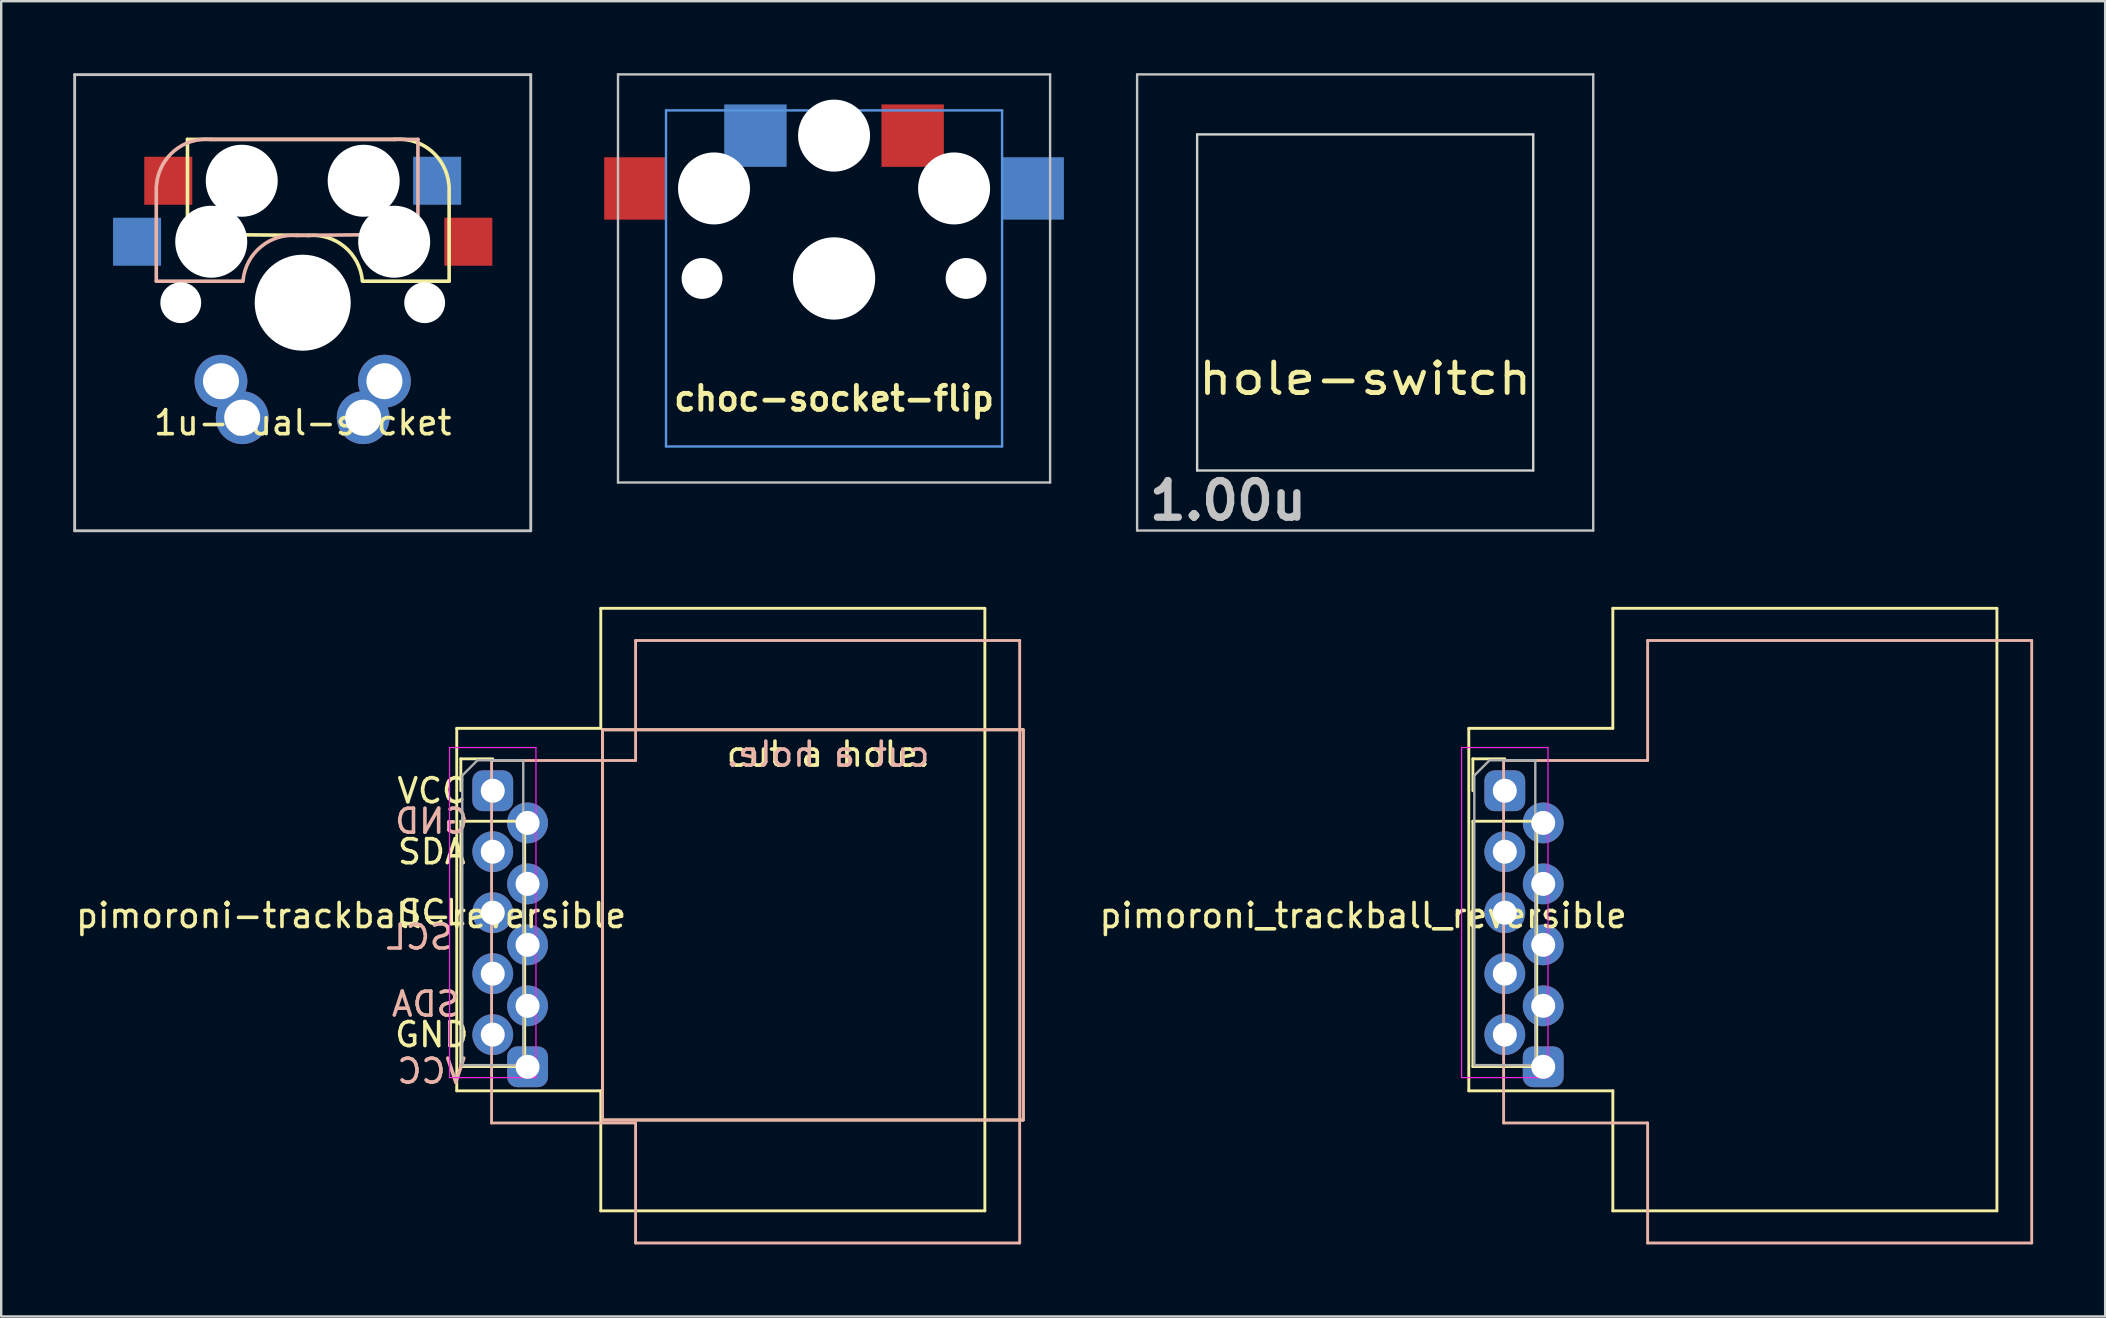
<source format=kicad_pcb>
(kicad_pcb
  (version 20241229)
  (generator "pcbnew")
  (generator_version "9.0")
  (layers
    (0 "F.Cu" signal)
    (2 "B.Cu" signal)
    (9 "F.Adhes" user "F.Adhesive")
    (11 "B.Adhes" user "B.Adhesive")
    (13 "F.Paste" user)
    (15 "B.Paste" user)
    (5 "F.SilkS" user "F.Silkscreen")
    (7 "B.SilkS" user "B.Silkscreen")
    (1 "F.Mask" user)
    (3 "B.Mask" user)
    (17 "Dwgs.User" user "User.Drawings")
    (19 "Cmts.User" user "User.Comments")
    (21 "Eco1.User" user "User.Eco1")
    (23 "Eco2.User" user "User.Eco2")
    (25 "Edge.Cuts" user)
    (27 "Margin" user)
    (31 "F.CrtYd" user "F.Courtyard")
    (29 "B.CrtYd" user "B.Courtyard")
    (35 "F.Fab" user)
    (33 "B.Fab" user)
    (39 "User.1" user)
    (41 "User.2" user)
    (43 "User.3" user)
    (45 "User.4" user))
  (footprint "1u-dual-socket"
    (layer "F.Cu")
    (at 9.56 9.56)
    (property "Reference" "1u-dual-socket" (at 0 5 0) (layer "F.SilkS") (effects (font (size 1 1) (thickness 0.15))))
    (attr through_hole)
    (fp_line (start -4.8 -6.804) (end 3.825 -6.804) (stroke (width 0.15) (type solid)) (layer "F.SilkS"))
    (fp_line (start -4.8 -2.896) (end -4.8 -6.804) (stroke (width 0.15) (type solid)) (layer "F.SilkS"))
    (fp_line (start -4.8 -2.85) (end 0.25 -2.804) (stroke (width 0.15) (type solid)) (layer "F.SilkS"))
    (fp_line (start 6.1 -4.85) (end 6.1 -0.905) (stroke (width 0.15) (type solid)) (layer "F.SilkS"))
    (fp_line (start 6.1 -0.896) (end 2.49 -0.896) (stroke (width 0.15) (type solid)) (layer "F.SilkS"))
    (fp_arc (start 0.225 -2.8) (mid 1.744361 -2.328061) (end 2.485 -0.92) (stroke (width 0.15) (type solid)) (layer "F.SilkS"))
    (fp_arc (start 3.825 -6.804) (mid 5.347189 -6.33089) (end 6.089 -4.92) (stroke (width 0.15) (type solid)) (layer "F.SilkS"))
    (fp_line (start -6.1 -4.85) (end -6.1 -0.905) (stroke (width 0.15) (type solid)) (layer "B.SilkS"))
    (fp_line (start -6.1 -0.896) (end -2.49 -0.896) (stroke (width 0.15) (type solid)) (layer "B.SilkS"))
    (fp_line (start 4.8 -6.804) (end -3.825 -6.804) (stroke (width 0.15) (type solid)) (layer "B.SilkS"))
    (fp_line (start 4.8 -2.896) (end 4.8 -6.804) (stroke (width 0.15) (type solid)) (layer "B.SilkS"))
    (fp_line (start 4.8 -2.85) (end -0.25 -2.804) (stroke (width 0.15) (type solid)) (layer "B.SilkS"))
    (fp_arc (start -6.089 -4.92) (mid -5.347189 -6.33089) (end -3.825 -6.804) (stroke (width 0.15) (type solid)) (layer "B.SilkS"))
    (fp_arc (start -2.485 -0.92) (mid -1.744361 -2.328061) (end -0.225 -2.8) (stroke (width 0.15) (type solid)) (layer "B.SilkS"))
    (fp_line (start -9.5 -9.5) (end 9.5 -9.5) (stroke (width 0.12) (type solid)) (layer "Dwgs.User"))
    (fp_line (start -9.5 9.5) (end -9.5 -9.5) (stroke (width 0.12) (type solid)) (layer "Dwgs.User"))
    (fp_line (start 9.5 -9.5) (end 9.5 9.5) (stroke (width 0.12) (type solid)) (layer "Dwgs.User"))
    (fp_line (start 9.5 9.5) (end -9.5 9.5) (stroke (width 0.12) (type solid)) (layer "Dwgs.User"))
    (pad "" np_thru_hole circle (at -5.08 0) (size 1.7 1.7) (drill 1.7) (layers "*.Cu" "*.Mask"))
    (pad "" np_thru_hole circle (at -3.81 -2.54 180) (size 3 3) (drill 3) (layers "*.Cu" "*.Mask"))
    (pad "" np_thru_hole circle (at -2.54 -5.08 180) (size 3 3) (drill 3) (layers "*.Cu" "*.Mask"))
    (pad "" np_thru_hole circle (at 0 0 90) (size 4 4) (drill 4) (layers "*.Cu" "*.Mask"))
    (pad "" np_thru_hole circle (at 2.54 -5.08 180) (size 3 3) (drill 3) (layers "*.Cu" "*.Mask"))
    (pad "" np_thru_hole circle (at 3.81 -2.54 180) (size 3 3) (drill 3) (layers "*.Cu" "*.Mask"))
    (pad "" np_thru_hole circle (at 5.08 0) (size 1.7 1.7) (drill 1.7) (layers "*.Cu" "*.Mask"))
    (pad "1" smd rect (at -6.9 -2.54 180) (size 2 2) (layers "B.Cu" "B.Mask" "B.Paste"))
    (pad "1" smd rect (at -5.6 -5.08 180) (size 2 2) (layers "F.Cu" "F.Mask" "F.Paste"))
    (pad "1" thru_hole circle (at -3.405 3.27 29) (size 2.2 2.2) (drill 1.5) (layers "*.Cu" "*.Mask"))
    (pad "1" thru_hole circle (at -2.52 4.79) (size 2.2 2.2) (drill 1.5) (layers "*.Cu" "*.Mask"))
    (pad "2" thru_hole circle (at 2.52 4.79) (size 2.2 2.2) (drill 1.5) (layers "*.Cu" "*.Mask"))
    (pad "2" thru_hole circle (at 3.405 3.27 29) (size 2.2 2.2) (drill 1.5) (layers "*.Cu" "*.Mask"))
    (pad "2" smd rect (at 5.6 -5.08 180) (size 2 2) (layers "B.Cu" "B.Mask" "B.Paste"))
    (pad "2" smd rect (at 6.9 -2.54 180) (size 2 2) (layers "F.Cu" "F.Mask" "F.Paste")))
  (footprint "hole-switch"
    (layer "F.Cu")
    (at 53.82 9.55)
    (property "Reference" "hole-switch" (at 0 3.175 0) (layer "F.SilkS") (effects (font (size 1.27 1.524) (thickness 0.203))))
    (attr through_hole)
    (fp_line (start -9.5 -9.5) (end 9.5 -9.5) (stroke (width 0.1) (type solid)) (layer "Dwgs.User"))
    (fp_line (start -9.5 9.5) (end -9.5 -9.5) (stroke (width 0.1) (type solid)) (layer "Dwgs.User"))
    (fp_line (start 9.5 -9.5) (end 9.5 9.5) (stroke (width 0.1) (type solid)) (layer "Dwgs.User"))
    (fp_line (start 9.5 9.5) (end -9.5 9.5) (stroke (width 0.1) (type solid)) (layer "Dwgs.User"))
    (fp_line (start -7 -7) (end 7 -7) (stroke (width 0.1) (type solid)) (layer "Edge.Cuts"))
    (fp_line (start -7 7) (end -7 -7) (stroke (width 0.1) (type solid)) (layer "Edge.Cuts"))
    (fp_line (start 7 -7) (end 7 7) (stroke (width 0.1) (type solid)) (layer "Edge.Cuts"))
    (fp_line (start 7 7) (end -7 7) (stroke (width 0.1) (type solid)) (layer "Edge.Cuts"))
    (fp_text user "1.00u" (at -5.715 8.255 0) (layer "Dwgs.User") (effects (font (size 1.524 1.524) (thickness 0.305)))))
  (footprint "choc-socket-flip"
    (layer "F.Cu")
    (at 31.695 8.55)
    (property "Reference" "choc-socket-flip" (at 0 5 180) (layer "F.SilkS") (effects (font (size 1 1) (thickness 0.2))))
    (attr through_hole)
    (fp_line (start -9 -8.5) (end 9 -8.5) (stroke (width 0.1) (type solid)) (layer "Dwgs.User"))
    (fp_line (start -9 8.5) (end -9 -8.5) (stroke (width 0.1) (type solid)) (layer "Dwgs.User"))
    (fp_line (start 9 -8.5) (end 9 8.5) (stroke (width 0.1) (type solid)) (layer "Dwgs.User"))
    (fp_line (start 9 8.5) (end -9 8.5) (stroke (width 0.1) (type solid)) (layer "Dwgs.User"))
    (fp_line (start -7 -7) (end 7 -7) (stroke (width 0.1) (type solid)) (layer "Cmts.User"))
    (fp_line (start -7 7) (end -7 -7) (stroke (width 0.1) (type solid)) (layer "Cmts.User"))
    (fp_line (start 7 -7) (end 7 7) (stroke (width 0.1) (type solid)) (layer "Cmts.User"))
    (fp_line (start 7 7) (end -7 7) (stroke (width 0.1) (type solid)) (layer "Cmts.User"))
    (pad "" np_thru_hole circle (at -5.5 0 180) (size 1.702 1.702) (drill 1.702) (layers "*.Cu" "*.Mask"))
    (pad "" np_thru_hole circle (at -5 -3.75 180) (size 3 3) (drill 3) (layers "*.Cu" "*.Mask"))
    (pad "" np_thru_hole circle (at 0 -5.95 180) (size 3 3) (drill 3) (layers "*.Cu" "*.Mask"))
    (pad "" np_thru_hole circle (at 0 0 180) (size 3.429 3.429) (drill 3.429) (layers "*.Cu" "*.Mask"))
    (pad "" np_thru_hole circle (at 5 -3.75 180) (size 3 3) (drill 3) (layers "*.Cu" "*.Mask"))
    (pad "" np_thru_hole circle (at 5.5 0 180) (size 1.702 1.702) (drill 1.702) (layers "*.Cu" "*.Mask"))
    (pad "1" smd rect (at -3.275 -5.95) (size 2.6 2.6) (layers "B.Cu" "B.Mask" "B.Paste"))
    (pad "1" smd rect (at 3.275 -5.95) (size 2.6 2.6) (layers "F.Cu" "F.Mask" "F.Paste"))
    (pad "2" smd rect (at -8.275 -3.75) (size 2.6 2.6) (layers "F.Cu" "F.Mask" "F.Paste"))
    (pad "2" smd rect (at 8.275 -3.75) (size 2.6 2.6) (layers "B.Cu" "B.Mask" "B.Paste")))
  (footprint "pimoroni-trackball-reversible"
    (layer "F.Cu")
    (at 17.477 29.891)
    (property "Reference" "pimoroni-trackball-reversible" (at -5.9 5.2 0) (layer "F.SilkS") (effects (font (size 1 1) (thickness 0.15))))
    (attr through_hole)
    (fp_line (start -1.5 -2.6) (end -1.5 12.5) (stroke (width 0.12) (type solid)) (layer "F.SilkS"))
    (fp_line (start -1.5 -2.6) (end 4.5 -2.6) (stroke (width 0.12) (type solid)) (layer "F.SilkS"))
    (fp_line (start -1.5 12.5) (end 4.5 12.5) (stroke (width 0.12) (type solid)) (layer "F.SilkS"))
    (fp_line (start -1.33 -1.33) (end 0 -1.33) (stroke (width 0.12) (type solid)) (layer "F.SilkS"))
    (fp_line (start -1.33 0) (end -1.33 -1.33) (stroke (width 0.12) (type solid)) (layer "F.SilkS"))
    (fp_line (start -1.33 1.27) (end -1.33 11.49) (stroke (width 0.12) (type solid)) (layer "F.SilkS"))
    (fp_line (start -1.33 1.27) (end 1.33 1.27) (stroke (width 0.12) (type solid)) (layer "F.SilkS"))
    (fp_line (start -1.33 11.49) (end 1.33 11.49) (stroke (width 0.12) (type solid)) (layer "F.SilkS"))
    (fp_line (start 1.33 1.27) (end 1.33 11.49) (stroke (width 0.12) (type solid)) (layer "F.SilkS"))
    (fp_line (start 4.5 -7.6) (end 20.5 -7.6) (stroke (width 0.12) (type solid)) (layer "F.SilkS"))
    (fp_line (start 4.5 -2.6) (end 4.5 -7.6) (stroke (width 0.12) (type solid)) (layer "F.SilkS"))
    (fp_line (start 4.5 12.5) (end 4.5 17.5) (stroke (width 0.12) (type solid)) (layer "F.SilkS"))
    (fp_line (start 4.5 17.5) (end 20.5 17.5) (stroke (width 0.12) (type solid)) (layer "F.SilkS"))
    (fp_line (start 4.572 -2.54) (end 22.098 -2.54) (stroke (width 0.12) (type solid)) (layer "F.SilkS"))
    (fp_line (start 4.572 13.716) (end 4.572 -2.54) (stroke (width 0.12) (type solid)) (layer "F.SilkS"))
    (fp_line (start 20.5 17.5) (end 20.5 -7.6) (stroke (width 0.12) (type solid)) (layer "F.SilkS"))
    (fp_line (start 22.098 -2.54) (end 22.098 13.716) (stroke (width 0.12) (type solid)) (layer "F.SilkS"))
    (fp_line (start 22.098 13.716) (end 4.572 13.716) (stroke (width 0.12) (type solid)) (layer "F.SilkS"))
    (fp_line (start -0.05 -1.26) (end -0.05 13.84) (stroke (width 0.12) (type solid)) (layer "B.SilkS"))
    (fp_line (start -0.05 -1.26) (end 5.95 -1.26) (stroke (width 0.12) (type solid)) (layer "B.SilkS"))
    (fp_line (start -0.05 13.84) (end 5.95 13.84) (stroke (width 0.12) (type solid)) (layer "B.SilkS"))
    (fp_line (start 4.572 -2.54) (end 22.098 -2.54) (stroke (width 0.12) (type solid)) (layer "B.SilkS"))
    (fp_line (start 4.572 13.716) (end 4.572 -2.54) (stroke (width 0.12) (type solid)) (layer "B.SilkS"))
    (fp_line (start 5.95 -6.26) (end 21.95 -6.26) (stroke (width 0.12) (type solid)) (layer "B.SilkS"))
    (fp_line (start 5.95 -1.26) (end 5.95 -6.26) (stroke (width 0.12) (type solid)) (layer "B.SilkS"))
    (fp_line (start 5.95 13.84) (end 5.95 18.84) (stroke (width 0.12) (type solid)) (layer "B.SilkS"))
    (fp_line (start 5.95 18.84) (end 21.95 18.84) (stroke (width 0.12) (type solid)) (layer "B.SilkS"))
    (fp_line (start 21.95 18.84) (end 21.95 -6.26) (stroke (width 0.12) (type solid)) (layer "B.SilkS"))
    (fp_line (start 22.098 -2.54) (end 22.098 13.716) (stroke (width 0.12) (type solid)) (layer "B.SilkS"))
    (fp_line (start 22.098 13.716) (end 4.572 13.716) (stroke (width 0.12) (type solid)) (layer "B.SilkS"))
    (fp_line (start -1.8 -1.8) (end -1.8 11.95) (stroke (width 0.05) (type solid)) (layer "F.CrtYd"))
    (fp_line (start -1.8 11.95) (end 1.8 11.95) (stroke (width 0.05) (type solid)) (layer "F.CrtYd"))
    (fp_line (start 1.8 -1.8) (end -1.8 -1.8) (stroke (width 0.05) (type solid)) (layer "F.CrtYd"))
    (fp_line (start 1.8 11.95) (end 1.8 -1.8) (stroke (width 0.05) (type solid)) (layer "F.CrtYd"))
    (fp_line (start -1.27 -0.635) (end -0.635 -1.27) (stroke (width 0.1) (type solid)) (layer "F.Fab"))
    (fp_line (start -1.27 11.43) (end -1.27 -0.635) (stroke (width 0.1) (type solid)) (layer "F.Fab"))
    (fp_line (start -0.635 -1.27) (end 1.27 -1.27) (stroke (width 0.1) (type solid)) (layer "F.Fab"))
    (fp_line (start 1.27 -1.27) (end 1.27 11.43) (stroke (width 0.1) (type solid)) (layer "F.Fab"))
    (fp_line (start 1.27 11.43) (end -1.27 11.43) (stroke (width 0.1) (type solid)) (layer "F.Fab"))
    (fp_text user "VCC" (at -2.54 0 0) (layer "F.SilkS") (effects (font (size 1 1) (thickness 0.15))))
    (fp_text user "GND" (at -2.54 10.16 0) (layer "F.SilkS") (effects (font (size 1 1) (thickness 0.15))))
    (fp_text user "SDA" (at -2.54 2.54 0) (layer "F.SilkS") (effects (font (size 1 1) (thickness 0.15))))
    (fp_text user "cut a hole." (at 13.97 -1.524 0) (layer "F.SilkS") (effects (font (size 1 1) (thickness 0.15))))
    (fp_text user "SCL" (at -2.54 5.08 0) (layer "F.SilkS") (effects (font (size 1 1) (thickness 0.15))))
    (fp_text user "SDA" (at -2.794 8.89 0) (layer "B.SilkS") (effects (font (size 1 1) (thickness 0.15)) (justify mirror)))
    (fp_text user "cut a hole." (at 13.97 -1.524 0) (layer "B.SilkS") (effects (font (size 1 1) (thickness 0.15)) (justify mirror)))
    (fp_text user "VCC" (at -2.54 11.684 0) (layer "B.SilkS") (effects (font (size 1 1) (thickness 0.15)) (justify mirror)))
    (fp_text user "GND" (at -2.54 1.27 0) (layer "B.SilkS") (effects (font (size 1 1) (thickness 0.15)) (justify mirror)))
    (fp_text user "SCL" (at -3.048 6.096 0) (layer "B.SilkS") (effects (font (size 1 1) (thickness 0.15)) (justify mirror)))
    (pad "1" thru_hole roundrect (at 0 0) (size 1.7 1.7) (drill 1) (layers "*.Cu" "*.Mask") (roundrect_rratio 0.25))
    (pad "1" thru_hole roundrect (at 1.45 11.5) (size 1.7 1.7) (drill 1) (layers "*.Cu" "*.Mask") (roundrect_rratio 0.25))
    (pad "2" thru_hole oval (at 0 2.54) (size 1.7 1.7) (drill 1) (layers "*.Cu" "*.Mask"))
    (pad "2" thru_hole oval (at 1.45 8.96) (size 1.7 1.7) (drill 1) (layers "*.Cu" "*.Mask"))
    (pad "3" thru_hole oval (at 0 5.08) (size 1.7 1.7) (drill 1) (layers "*.Cu" "*.Mask"))
    (pad "3" thru_hole oval (at 1.45 6.42) (size 1.7 1.7) (drill 1) (layers "*.Cu" "*.Mask"))
    (pad "4" thru_hole oval (at 0 7.62) (size 1.7 1.7) (drill 1) (layers "*.Cu" "*.Mask"))
    (pad "4" thru_hole oval (at 1.45 3.88) (size 1.7 1.7) (drill 1) (layers "*.Cu" "*.Mask"))
    (pad "5" thru_hole oval (at 0 10.16) (size 1.7 1.7) (drill 1) (layers "*.Cu" "*.Mask"))
    (pad "5" thru_hole oval (at 1.45 1.34) (size 1.7 1.7) (drill 1) (layers "*.Cu" "*.Mask")))
  (footprint "pimoroni_trackball_reversible"
    (layer "F.Cu")
    (at 59.637 29.891)
    (property "Reference" "pimoroni_trackball_reversible" (at -5.9 5.2 0) (layer "F.SilkS") (effects (font (size 1 1) (thickness 0.15))))
    (attr through_hole)
    (fp_line (start -1.5 -2.6) (end -1.5 12.5) (stroke (width 0.12) (type solid)) (layer "F.SilkS"))
    (fp_line (start -1.5 -2.6) (end 4.5 -2.6) (stroke (width 0.12) (type solid)) (layer "F.SilkS"))
    (fp_line (start -1.5 12.5) (end 4.5 12.5) (stroke (width 0.12) (type solid)) (layer "F.SilkS"))
    (fp_line (start -1.33 -1.33) (end 0 -1.33) (stroke (width 0.12) (type solid)) (layer "F.SilkS"))
    (fp_line (start -1.33 0) (end -1.33 -1.33) (stroke (width 0.12) (type solid)) (layer "F.SilkS"))
    (fp_line (start -1.33 1.27) (end -1.33 11.49) (stroke (width 0.12) (type solid)) (layer "F.SilkS"))
    (fp_line (start -1.33 1.27) (end 1.33 1.27) (stroke (width 0.12) (type solid)) (layer "F.SilkS"))
    (fp_line (start -1.33 11.49) (end 1.33 11.49) (stroke (width 0.12) (type solid)) (layer "F.SilkS"))
    (fp_line (start 1.33 1.27) (end 1.33 11.49) (stroke (width 0.12) (type solid)) (layer "F.SilkS"))
    (fp_line (start 4.5 -7.6) (end 20.5 -7.6) (stroke (width 0.12) (type solid)) (layer "F.SilkS"))
    (fp_line (start 4.5 -2.6) (end 4.5 -7.6) (stroke (width 0.12) (type solid)) (layer "F.SilkS"))
    (fp_line (start 4.5 12.5) (end 4.5 17.5) (stroke (width 0.12) (type solid)) (layer "F.SilkS"))
    (fp_line (start 4.5 17.5) (end 20.5 17.5) (stroke (width 0.12) (type solid)) (layer "F.SilkS"))
    (fp_line (start 20.5 17.5) (end 20.5 -7.6) (stroke (width 0.12) (type solid)) (layer "F.SilkS"))
    (fp_line (start -0.05 -1.26) (end -0.05 13.84) (stroke (width 0.12) (type solid)) (layer "B.SilkS"))
    (fp_line (start -0.05 -1.26) (end 5.95 -1.26) (stroke (width 0.12) (type solid)) (layer "B.SilkS"))
    (fp_line (start -0.05 13.84) (end 5.95 13.84) (stroke (width 0.12) (type solid)) (layer "B.SilkS"))
    (fp_line (start 5.95 -6.26) (end 21.95 -6.26) (stroke (width 0.12) (type solid)) (layer "B.SilkS"))
    (fp_line (start 5.95 -1.26) (end 5.95 -6.26) (stroke (width 0.12) (type solid)) (layer "B.SilkS"))
    (fp_line (start 5.95 13.84) (end 5.95 18.84) (stroke (width 0.12) (type solid)) (layer "B.SilkS"))
    (fp_line (start 5.95 18.84) (end 21.95 18.84) (stroke (width 0.12) (type solid)) (layer "B.SilkS"))
    (fp_line (start 21.95 18.84) (end 21.95 -6.26) (stroke (width 0.12) (type solid)) (layer "B.SilkS"))
    (fp_line (start -1.8 -1.8) (end -1.8 11.95) (stroke (width 0.05) (type solid)) (layer "F.CrtYd"))
    (fp_line (start -1.8 11.95) (end 1.8 11.95) (stroke (width 0.05) (type solid)) (layer "F.CrtYd"))
    (fp_line (start 1.8 -1.8) (end -1.8 -1.8) (stroke (width 0.05) (type solid)) (layer "F.CrtYd"))
    (fp_line (start 1.8 11.95) (end 1.8 -1.8) (stroke (width 0.05) (type solid)) (layer "F.CrtYd"))
    (fp_line (start -1.27 -0.635) (end -0.635 -1.27) (stroke (width 0.1) (type solid)) (layer "F.Fab"))
    (fp_line (start -1.27 11.43) (end -1.27 -0.635) (stroke (width 0.1) (type solid)) (layer "F.Fab"))
    (fp_line (start -0.635 -1.27) (end 1.27 -1.27) (stroke (width 0.1) (type solid)) (layer "F.Fab"))
    (fp_line (start 1.27 -1.27) (end 1.27 11.43) (stroke (width 0.1) (type solid)) (layer "F.Fab"))
    (fp_line (start 1.27 11.43) (end -1.27 11.43) (stroke (width 0.1) (type solid)) (layer "F.Fab"))
    (pad "1" thru_hole roundrect (at 0 0) (size 1.7 1.7) (drill 1) (layers "*.Cu" "*.Mask") (roundrect_rratio 0.25))
    (pad "1" thru_hole roundrect (at 1.6 11.5) (size 1.7 1.7) (drill 1) (layers "*.Cu" "*.Mask") (roundrect_rratio 0.25))
    (pad "2" thru_hole oval (at 0 2.54) (size 1.7 1.7) (drill 1) (layers "*.Cu" "*.Mask"))
    (pad "2" thru_hole oval (at 1.6 8.96) (size 1.7 1.7) (drill 1) (layers "*.Cu" "*.Mask"))
    (pad "3" thru_hole oval (at 0 5.08) (size 1.7 1.7) (drill 1) (layers "*.Cu" "*.Mask"))
    (pad "3" thru_hole oval (at 1.6 6.42) (size 1.7 1.7) (drill 1) (layers "*.Cu" "*.Mask"))
    (pad "4" thru_hole oval (at 0 7.62) (size 1.7 1.7) (drill 1) (layers "*.Cu" "*.Mask"))
    (pad "4" thru_hole oval (at 1.6 3.88) (size 1.7 1.7) (drill 1) (layers "*.Cu" "*.Mask"))
    (pad "5" thru_hole oval (at 0 10.16) (size 1.7 1.7) (drill 1) (layers "*.Cu" "*.Mask"))
    (pad "5" thru_hole oval (at 1.6 1.34) (size 1.7 1.7) (drill 1) (layers "*.Cu" "*.Mask")))
  (gr_rect
    (start -3 -3)
    (end 84.647 51.791)
    (stroke (width 0.1) (type default))
    (fill no)
    (layer "Edge.Cuts")))
</source>
